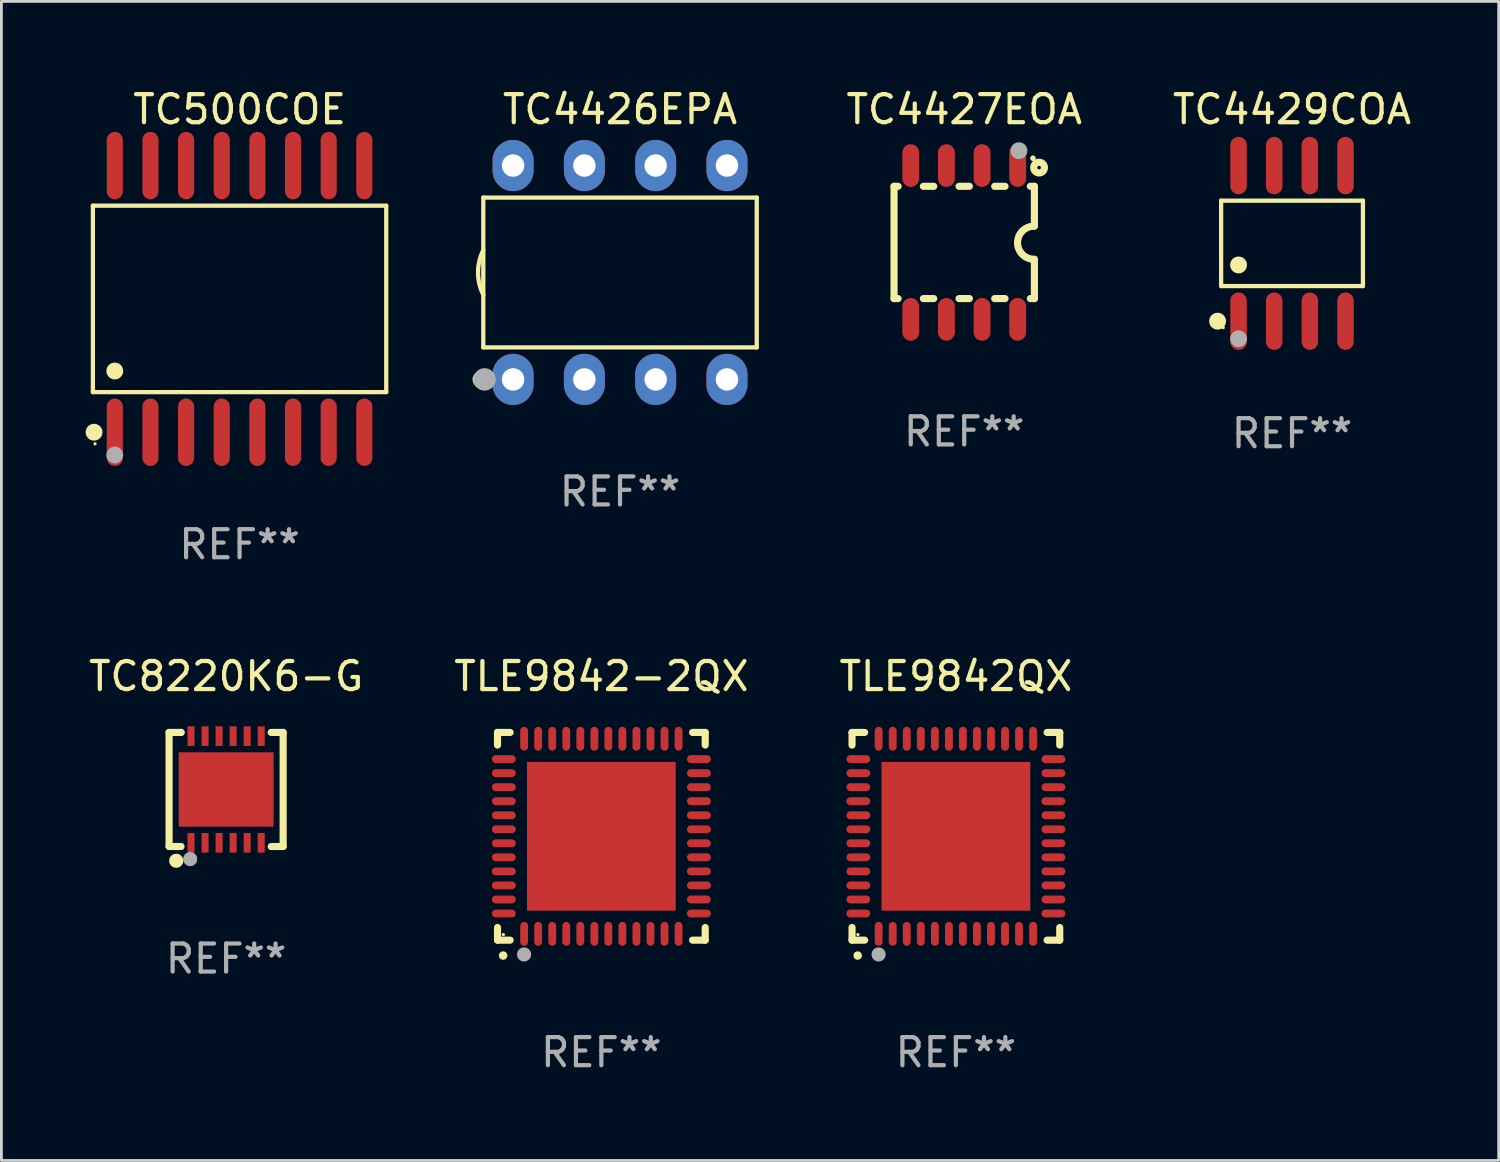
<source format=kicad_pcb>
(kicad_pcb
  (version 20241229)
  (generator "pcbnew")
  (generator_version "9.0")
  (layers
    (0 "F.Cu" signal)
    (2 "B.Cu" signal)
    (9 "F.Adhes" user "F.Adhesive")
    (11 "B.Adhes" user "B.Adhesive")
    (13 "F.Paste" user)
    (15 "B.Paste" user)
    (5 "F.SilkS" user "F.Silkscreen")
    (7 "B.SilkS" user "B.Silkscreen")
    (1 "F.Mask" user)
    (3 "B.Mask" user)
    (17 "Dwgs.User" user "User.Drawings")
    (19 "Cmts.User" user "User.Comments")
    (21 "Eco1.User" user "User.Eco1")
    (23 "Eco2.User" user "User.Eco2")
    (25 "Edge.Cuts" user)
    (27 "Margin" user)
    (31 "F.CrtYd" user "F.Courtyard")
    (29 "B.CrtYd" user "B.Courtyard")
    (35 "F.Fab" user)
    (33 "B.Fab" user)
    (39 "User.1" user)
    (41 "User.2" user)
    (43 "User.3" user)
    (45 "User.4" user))
  (footprint "TC8220K6-G"
    (layer "F.Cu")
    (at 5.006 25.077)
    (property "Reference" "TC8220K6-G" (at 0 -4.032 0) (layer "F.SilkS") (effects (font (size 1 1) (thickness 0.15))))
    (attr through_hole)
    (fp_line (start -2.032 -2.032) (end -2.032 2.032) (stroke (width 0.254) (type solid)) (layer "F.SilkS"))
    (fp_line (start -2.032 2.032) (end -1.606 2.032) (stroke (width 0.254) (type solid)) (layer "F.SilkS"))
    (fp_line (start -1.606 -2.032) (end -2.032 -2.032) (stroke (width 0.254) (type solid)) (layer "F.SilkS"))
    (fp_line (start -1.606 -2.032) (end -1.651 -2.032) (stroke (width 0.254) (type solid)) (layer "F.SilkS"))
    (fp_line (start 1.606 2.032) (end 2.032 2.032) (stroke (width 0.254) (type solid)) (layer "F.SilkS"))
    (fp_line (start 2.032 -2.032) (end 1.606 -2.032) (stroke (width 0.254) (type solid)) (layer "F.SilkS"))
    (fp_line (start 2.032 2.032) (end 2.032 -2.032) (stroke (width 0.254) (type solid)) (layer "F.SilkS"))
    (fp_circle (center -2 2) (end -1.97 2) (stroke (width 0.06) (type solid)) (fill no) (layer "F.SilkS"))
    (fp_circle (center -1.778 2.54) (end -1.651 2.54) (stroke (width 0.254) (type solid)) (fill no) (layer "F.SilkS"))
    (fp_circle (center -1.28 2.48) (end -1.153 2.48) (stroke (width 0.254) (type solid)) (fill no) (layer "F.Fab"))
    (fp_text user "REF**" (at 0 6.032 0) (layer "F.Fab") (effects (font (size 1 1) (thickness 0.15))))
    (pad "1" smd rect (at -1.25 1.9) (size 0.25 0.7) (layers "F.Cu" "F.Mask" "F.Paste"))
    (pad "2" smd rect (at -0.75 1.9) (size 0.25 0.7) (layers "F.Cu" "F.Mask" "F.Paste"))
    (pad "3" smd rect (at -0.25 1.9) (size 0.25 0.7) (layers "F.Cu" "F.Mask" "F.Paste"))
    (pad "4" smd rect (at 0.25 1.9) (size 0.25 0.7) (layers "F.Cu" "F.Mask" "F.Paste"))
    (pad "5" smd rect (at 0.75 1.9) (size 0.25 0.7) (layers "F.Cu" "F.Mask" "F.Paste"))
    (pad "6" smd rect (at 1.25 1.9) (size 0.25 0.7) (layers "F.Cu" "F.Mask" "F.Paste"))
    (pad "7" smd rect (at 1.25 -1.9) (size 0.25 0.7) (layers "F.Cu" "F.Mask" "F.Paste"))
    (pad "8" smd rect (at 0.75 -1.9) (size 0.25 0.7) (layers "F.Cu" "F.Mask" "F.Paste"))
    (pad "9" smd rect (at 0.25 -1.9) (size 0.25 0.7) (layers "F.Cu" "F.Mask" "F.Paste"))
    (pad "10" smd rect (at -0.25 -1.9) (size 0.25 0.7) (layers "F.Cu" "F.Mask" "F.Paste"))
    (pad "11" smd rect (at -0.75 -1.9) (size 0.25 0.7) (layers "F.Cu" "F.Mask" "F.Paste"))
    (pad "12" smd rect (at -1.25 -1.9) (size 0.25 0.7) (layers "F.Cu" "F.Mask" "F.Paste"))
    (pad "13" smd rect (at -0.000051 -0.000025) (size 3.38 2.65) (layers "F.Cu" "F.Mask" "F.Paste")))
  (footprint "TC4426EPA"
    (layer "F.Cu")
    (at 19.04 6.658)
    (property "Reference" "TC4426EPA" (at 0 -5.81 0) (layer "F.SilkS") (effects (font (size 1 1) (thickness 0.15))))
    (attr through_hole)
    (fp_line (start -4.871 -2.669) (end 4.871 -2.669) (stroke (width 0.152) (type solid)) (layer "F.SilkS"))
    (fp_line (start -4.871 2.669) (end -4.871 -2.669) (stroke (width 0.152) (type solid)) (layer "F.SilkS"))
    (fp_line (start 4.871 -2.669) (end 4.871 2.669) (stroke (width 0.152) (type solid)) (layer "F.SilkS"))
    (fp_line (start 4.871 2.669) (end -4.871 2.669) (stroke (width 0.152) (type solid)) (layer "F.SilkS"))
    (fp_arc (start -4.871222 0.793751) (mid -5.058601 0) (end -4.871222 -0.793752) (stroke (width 0.1524) (type solid)) (layer "F.SilkS"))
    (fp_circle (center -4.953 3.81) (end -4.803 3.81) (stroke (width 0.3) (type solid)) (fill no) (layer "F.SilkS"))
    (fp_circle (center -4.795 3.935) (end -4.765 3.935) (stroke (width 0.06) (type solid)) (fill no) (layer "F.SilkS"))
    (fp_circle (center -4.826 3.81) (end -4.626 3.81) (stroke (width 0.4) (type solid)) (fill no) (layer "F.Fab"))
    (fp_text user "REF**" (at 0 7.81 0) (layer "F.Fab") (effects (font (size 1 1) (thickness 0.15))))
    (pad "1" thru_hole oval (at -3.81 3.81) (size 1.46 1.825) (drill 0.8) (layers "*.Cu" "*.Mask"))
    (pad "2" thru_hole oval (at -1.27 3.81) (size 1.46 1.825) (drill 0.8) (layers "*.Cu" "*.Mask"))
    (pad "3" thru_hole oval (at 1.27 3.81) (size 1.46 1.825) (drill 0.8) (layers "*.Cu" "*.Mask"))
    (pad "4" thru_hole oval (at 3.81 3.81) (size 1.46 1.825) (drill 0.8) (layers "*.Cu" "*.Mask"))
    (pad "5" thru_hole oval (at 3.81 -3.81) (size 1.46 1.825) (drill 0.8) (layers "*.Cu" "*.Mask"))
    (pad "6" thru_hole oval (at 1.27 -3.81) (size 1.46 1.825) (drill 0.8) (layers "*.Cu" "*.Mask"))
    (pad "7" thru_hole oval (at -1.27 -3.81) (size 1.46 1.825) (drill 0.8) (layers "*.Cu" "*.Mask"))
    (pad "8" thru_hole oval (at -3.81 -3.81) (size 1.46 1.825) (drill 0.8) (layers "*.Cu" "*.Mask")))
  (footprint "TC4427EOA"
    (layer "F.Cu")
    (at 31.303 5.588)
    (property "Reference" "TC4427EOA" (at 0 -4.74 0) (layer "F.SilkS") (effects (font (size 1 1) (thickness 0.15))))
    (attr through_hole)
    (fp_line (start -2.5 2) (end -2.5 -2) (stroke (width 0.254) (type solid)) (layer "F.SilkS"))
    (fp_line (start -2.356 -2) (end -2.5 -2) (stroke (width 0.254) (type solid)) (layer "F.SilkS"))
    (fp_line (start -2.356 2) (end -2.5 2) (stroke (width 0.254) (type solid)) (layer "F.SilkS"))
    (fp_line (start -1.086 -2) (end -1.454 -2) (stroke (width 0.254) (type solid)) (layer "F.SilkS"))
    (fp_line (start -1.086 2) (end -1.454 2) (stroke (width 0.254) (type solid)) (layer "F.SilkS"))
    (fp_line (start 0.184 -2) (end -0.184 -2) (stroke (width 0.254) (type solid)) (layer "F.SilkS"))
    (fp_line (start 0.184 2) (end -0.184 2) (stroke (width 0.254) (type solid)) (layer "F.SilkS"))
    (fp_line (start 1.454 -2) (end 1.086 -2) (stroke (width 0.254) (type solid)) (layer "F.SilkS"))
    (fp_line (start 1.454 2) (end 1.086 2) (stroke (width 0.254) (type solid)) (layer "F.SilkS"))
    (fp_line (start 2.5 -2) (end 2.356 -2) (stroke (width 0.254) (type solid)) (layer "F.SilkS"))
    (fp_line (start 2.5 -0.58) (end 2.5 -2) (stroke (width 0.254) (type solid)) (layer "F.SilkS"))
    (fp_line (start 2.5 2) (end 2.356 2) (stroke (width 0.254) (type solid)) (layer "F.SilkS"))
    (fp_line (start 2.5 2) (end 2.5 0.6) (stroke (width 0.254) (type solid)) (layer "F.SilkS"))
    (fp_arc (start 2.489992 0.600051) (mid 1.901674 0.010046) (end 2.489992 -0.579959) (stroke (width 0.254001) (type solid)) (layer "F.SilkS"))
    (fp_circle (center 2.45 -3) (end 2.5 -3) (stroke (width 0.1) (type solid)) (fill no) (layer "F.SilkS"))
    (fp_circle (center 2.667 -2.667) (end 2.858 -2.667) (stroke (width 0.254) (type solid)) (fill no) (layer "F.SilkS"))
    (fp_circle (center 1.95 -3.27) (end 2.1 -3.27) (stroke (width 0.3) (type solid)) (fill no) (layer "F.Fab"))
    (fp_text user "REF**" (at 0 6.74 0) (layer "F.Fab") (effects (font (size 1 1) (thickness 0.15))))
    (pad "1" smd oval (at 1.905 -2.74) (size 0.6 1.52) (layers "F.Cu" "F.Mask" "F.Paste"))
    (pad "2" smd oval (at 0.635 -2.74) (size 0.6 1.52) (layers "F.Cu" "F.Mask" "F.Paste"))
    (pad "3" smd oval (at -0.635 -2.74) (size 0.6 1.52) (layers "F.Cu" "F.Mask" "F.Paste"))
    (pad "4" smd oval (at -1.905 -2.74) (size 0.6 1.52) (layers "F.Cu" "F.Mask" "F.Paste"))
    (pad "5" smd oval (at -1.905 2.74) (size 0.6 1.52) (layers "F.Cu" "F.Mask" "F.Paste"))
    (pad "6" smd oval (at -0.635 2.74) (size 0.6 1.52) (layers "F.Cu" "F.Mask" "F.Paste"))
    (pad "7" smd oval (at 0.635 2.74) (size 0.6 1.52) (layers "F.Cu" "F.Mask" "F.Paste"))
    (pad "8" smd oval (at 1.905 2.74) (size 0.6 1.52) (layers "F.Cu" "F.Mask" "F.Paste")))
  (footprint "TC4429COA"
    (layer "F.Cu")
    (at 42.982 5.621)
    (property "Reference" "TC4429COA" (at 0 -4.772 0) (layer "F.SilkS") (effects (font (size 1 1) (thickness 0.15))))
    (attr through_hole)
    (fp_line (start -2.526 -1.521) (end 2.526 -1.521) (stroke (width 0.152) (type solid)) (layer "F.SilkS"))
    (fp_line (start -2.526 1.521) (end -2.526 -1.521) (stroke (width 0.152) (type solid)) (layer "F.SilkS"))
    (fp_line (start 2.526 -1.521) (end 2.526 1.521) (stroke (width 0.152) (type solid)) (layer "F.SilkS"))
    (fp_line (start 2.526 1.521) (end -2.526 1.521) (stroke (width 0.152) (type solid)) (layer "F.SilkS"))
    (fp_circle (center -2.652 2.772) (end -2.501 2.772) (stroke (width 0.3) (type solid)) (fill no) (layer "F.SilkS"))
    (fp_circle (center -2.45 3) (end -2.42 3) (stroke (width 0.06) (type solid)) (fill no) (layer "F.SilkS"))
    (fp_circle (center -1.905 0.769) (end -1.755 0.769) (stroke (width 0.3) (type solid)) (fill no) (layer "F.SilkS"))
    (fp_circle (center -1.905 3.4) (end -1.755 3.4) (stroke (width 0.3) (type solid)) (fill no) (layer "F.Fab"))
    (fp_text user "REF**" (at 0 6.772 0) (layer "F.Fab") (effects (font (size 1 1) (thickness 0.15))))
    (pad "1" smd oval (at -1.905 2.772) (size 0.588 2.045) (layers "F.Cu" "F.Mask" "F.Paste"))
    (pad "2" smd oval (at -0.635 2.772) (size 0.588 2.045) (layers "F.Cu" "F.Mask" "F.Paste"))
    (pad "3" smd oval (at 0.635 2.772) (size 0.588 2.045) (layers "F.Cu" "F.Mask" "F.Paste"))
    (pad "4" smd oval (at 1.905 2.772) (size 0.588 2.045) (layers "F.Cu" "F.Mask" "F.Paste"))
    (pad "5" smd oval (at 1.905 -2.772) (size 0.588 2.045) (layers "F.Cu" "F.Mask" "F.Paste"))
    (pad "6" smd oval (at 0.635 -2.772) (size 0.588 2.045) (layers "F.Cu" "F.Mask" "F.Paste"))
    (pad "7" smd oval (at -0.635 -2.772) (size 0.588 2.045) (layers "F.Cu" "F.Mask" "F.Paste"))
    (pad "8" smd oval (at -1.905 -2.772) (size 0.588 2.045) (layers "F.Cu" "F.Mask" "F.Paste")))
  (footprint "TC500COE"
    (layer "F.Cu")
    (at 5.485 7.599)
    (property "Reference" "TC500COE" (at 0 -6.75 0) (layer "F.SilkS") (effects (font (size 1 1) (thickness 0.15))))
    (attr through_hole)
    (fp_line (start -5.226 -3.321) (end 5.226 -3.321) (stroke (width 0.152) (type solid)) (layer "F.SilkS"))
    (fp_line (start -5.226 3.321) (end -5.226 -3.321) (stroke (width 0.152) (type solid)) (layer "F.SilkS"))
    (fp_line (start 5.226 -3.321) (end 5.226 3.321) (stroke (width 0.152) (type solid)) (layer "F.SilkS"))
    (fp_line (start 5.226 3.321) (end -5.226 3.321) (stroke (width 0.152) (type solid)) (layer "F.SilkS"))
    (fp_circle (center -5.184 4.75) (end -5.034 4.75) (stroke (width 0.3) (type solid)) (fill no) (layer "F.SilkS"))
    (fp_circle (center -5.15 5.163) (end -5.12 5.163) (stroke (width 0.06) (type solid)) (fill no) (layer "F.SilkS"))
    (fp_circle (center -4.445 2.569) (end -4.295 2.569) (stroke (width 0.3) (type solid)) (fill no) (layer "F.SilkS"))
    (fp_circle (center -4.445 5.563) (end -4.295 5.563) (stroke (width 0.3) (type solid)) (fill no) (layer "F.Fab"))
    (fp_text user "REF**" (at 0 8.75 0) (layer "F.Fab") (effects (font (size 1 1) (thickness 0.15))))
    (pad "1" smd oval (at -4.445 4.75) (size 0.574 2.401) (layers "F.Cu" "F.Mask" "F.Paste"))
    (pad "2" smd oval (at -3.175 4.75) (size 0.574 2.401) (layers "F.Cu" "F.Mask" "F.Paste"))
    (pad "3" smd oval (at -1.905 4.75) (size 0.574 2.401) (layers "F.Cu" "F.Mask" "F.Paste"))
    (pad "4" smd oval (at -0.635 4.75) (size 0.574 2.401) (layers "F.Cu" "F.Mask" "F.Paste"))
    (pad "5" smd oval (at 0.635 4.75) (size 0.574 2.401) (layers "F.Cu" "F.Mask" "F.Paste"))
    (pad "6" smd oval (at 1.905 4.75) (size 0.574 2.401) (layers "F.Cu" "F.Mask" "F.Paste"))
    (pad "7" smd oval (at 3.175 4.75) (size 0.574 2.401) (layers "F.Cu" "F.Mask" "F.Paste"))
    (pad "8" smd oval (at 4.445 4.75) (size 0.574 2.401) (layers "F.Cu" "F.Mask" "F.Paste"))
    (pad "9" smd oval (at 4.445 -4.75) (size 0.574 2.401) (layers "F.Cu" "F.Mask" "F.Paste"))
    (pad "10" smd oval (at 3.175 -4.75) (size 0.574 2.401) (layers "F.Cu" "F.Mask" "F.Paste"))
    (pad "11" smd oval (at 1.905 -4.75) (size 0.574 2.401) (layers "F.Cu" "F.Mask" "F.Paste"))
    (pad "12" smd oval (at 0.635 -4.75) (size 0.574 2.401) (layers "F.Cu" "F.Mask" "F.Paste"))
    (pad "13" smd oval (at -0.635 -4.75) (size 0.574 2.401) (layers "F.Cu" "F.Mask" "F.Paste"))
    (pad "14" smd oval (at -1.905 -4.75) (size 0.574 2.401) (layers "F.Cu" "F.Mask" "F.Paste"))
    (pad "15" smd oval (at -3.175 -4.75) (size 0.574 2.401) (layers "F.Cu" "F.Mask" "F.Paste"))
    (pad "16" smd oval (at -4.445 -4.75) (size 0.574 2.401) (layers "F.Cu" "F.Mask" "F.Paste")))
  (footprint "TLE9842-2QX"
    (layer "F.Cu")
    (at 18.375 26.745)
    (property "Reference" "TLE9842-2QX" (at 0 -5.7 0) (layer "F.SilkS") (effects (font (size 1 1) (thickness 0.15))))
    (attr through_hole)
    (fp_line (start -3.7 -3.7) (end -3.25 -3.7) (stroke (width 0.254) (type solid)) (layer "F.SilkS"))
    (fp_line (start -3.7 -3.25) (end -3.7 -3.7) (stroke (width 0.254) (type solid)) (layer "F.SilkS"))
    (fp_line (start -3.7 3.7) (end -3.7 3.25) (stroke (width 0.254) (type solid)) (layer "F.SilkS"))
    (fp_line (start -3.25 3.7) (end -3.7 3.7) (stroke (width 0.254) (type solid)) (layer "F.SilkS"))
    (fp_line (start 3.25 3.7) (end 3.7 3.7) (stroke (width 0.254) (type solid)) (layer "F.SilkS"))
    (fp_line (start 3.7 -3.7) (end 3.25 -3.7) (stroke (width 0.254) (type solid)) (layer "F.SilkS"))
    (fp_line (start 3.7 -3.25) (end 3.7 -3.7) (stroke (width 0.254) (type solid)) (layer "F.SilkS"))
    (fp_line (start 3.7 3.7) (end 3.7 3.25) (stroke (width 0.254) (type solid)) (layer "F.SilkS"))
    (fp_arc (start -3.500127 4.249428) (mid -3.498857 4.249423) (end -3.497587 4.249428) (stroke (width 0.3) (type solid)) (layer "F.SilkS"))
    (fp_circle (center -3.491 3.501) (end -3.461 3.501) (stroke (width 0.06) (type solid)) (fill no) (layer "F.SilkS"))
    (fp_circle (center -2.754 4.21) (end -2.627 4.21) (stroke (width 0.254) (type solid)) (fill no) (layer "F.Fab"))
    (fp_text user "REF**" (at 0 7.7 0) (layer "F.Fab") (effects (font (size 1 1) (thickness 0.15))))
    (pad "1" smd oval (at -2.751 3.475) (size 0.28 0.85) (layers "F.Cu" "F.Mask" "F.Paste"))
    (pad "2" smd oval (at -2.251 3.475) (size 0.28 0.85) (layers "F.Cu" "F.Mask" "F.Paste"))
    (pad "3" smd oval (at -1.75 3.475) (size 0.28 0.85) (layers "F.Cu" "F.Mask" "F.Paste"))
    (pad "4" smd oval (at -1.25 3.475) (size 0.28 0.85) (layers "F.Cu" "F.Mask" "F.Paste"))
    (pad "5" smd oval (at -0.749 3.475) (size 0.28 0.85) (layers "F.Cu" "F.Mask" "F.Paste"))
    (pad "6" smd oval (at -0.249 3.475) (size 0.28 0.85) (layers "F.Cu" "F.Mask" "F.Paste"))
    (pad "7" smd oval (at 0.249 3.475) (size 0.28 0.85) (layers "F.Cu" "F.Mask" "F.Paste"))
    (pad "8" smd oval (at 0.749 3.475) (size 0.28 0.85) (layers "F.Cu" "F.Mask" "F.Paste"))
    (pad "9" smd oval (at 1.25 3.475) (size 0.28 0.85) (layers "F.Cu" "F.Mask" "F.Paste"))
    (pad "10" smd oval (at 1.75 3.475) (size 0.28 0.85) (layers "F.Cu" "F.Mask" "F.Paste"))
    (pad "11" smd oval (at 2.25 3.475) (size 0.28 0.85) (layers "F.Cu" "F.Mask" "F.Paste"))
    (pad "12" smd oval (at 2.751 3.475) (size 0.28 0.85) (layers "F.Cu" "F.Mask" "F.Paste"))
    (pad "13" smd oval (at 3.475 2.751) (size 0.85 0.28) (layers "F.Cu" "F.Mask" "F.Paste"))
    (pad "14" smd oval (at 3.475 2.251) (size 0.85 0.28) (layers "F.Cu" "F.Mask" "F.Paste"))
    (pad "15" smd oval (at 3.475 1.75) (size 0.85 0.28) (layers "F.Cu" "F.Mask" "F.Paste"))
    (pad "16" smd oval (at 3.475 1.25) (size 0.85 0.28) (layers "F.Cu" "F.Mask" "F.Paste"))
    (pad "17" smd oval (at 3.475 0.749) (size 0.85 0.28) (layers "F.Cu" "F.Mask" "F.Paste"))
    (pad "18" smd oval (at 3.475 0.249) (size 0.85 0.28) (layers "F.Cu" "F.Mask" "F.Paste"))
    (pad "19" smd oval (at 3.475 -0.249) (size 0.85 0.28) (layers "F.Cu" "F.Mask" "F.Paste"))
    (pad "20" smd oval (at 3.475 -0.749) (size 0.85 0.28) (layers "F.Cu" "F.Mask" "F.Paste"))
    (pad "21" smd oval (at 3.475 -1.25) (size 0.85 0.28) (layers "F.Cu" "F.Mask" "F.Paste"))
    (pad "22" smd oval (at 3.475 -1.75) (size 0.85 0.28) (layers "F.Cu" "F.Mask" "F.Paste"))
    (pad "23" smd oval (at 3.475 -2.25) (size 0.85 0.28) (layers "F.Cu" "F.Mask" "F.Paste"))
    (pad "24" smd oval (at 3.475 -2.751) (size 0.85 0.28) (layers "F.Cu" "F.Mask" "F.Paste"))
    (pad "25" smd oval (at 2.751 -3.475) (size 0.28 0.85) (layers "F.Cu" "F.Mask" "F.Paste"))
    (pad "26" smd oval (at 2.25 -3.475) (size 0.28 0.85) (layers "F.Cu" "F.Mask" "F.Paste"))
    (pad "27" smd oval (at 1.75 -3.475) (size 0.28 0.85) (layers "F.Cu" "F.Mask" "F.Paste"))
    (pad "28" smd oval (at 1.25 -3.475) (size 0.28 0.85) (layers "F.Cu" "F.Mask" "F.Paste"))
    (pad "29" smd oval (at 0.749 -3.475) (size 0.28 0.85) (layers "F.Cu" "F.Mask" "F.Paste"))
    (pad "30" smd oval (at 0.249 -3.475) (size 0.28 0.85) (layers "F.Cu" "F.Mask" "F.Paste"))
    (pad "31" smd oval (at -0.249 -3.475) (size 0.28 0.85) (layers "F.Cu" "F.Mask" "F.Paste"))
    (pad "32" smd oval (at -0.749 -3.475) (size 0.28 0.85) (layers "F.Cu" "F.Mask" "F.Paste"))
    (pad "33" smd oval (at -1.25 -3.475) (size 0.28 0.85) (layers "F.Cu" "F.Mask" "F.Paste"))
    (pad "34" smd oval (at -1.75 -3.475) (size 0.28 0.85) (layers "F.Cu" "F.Mask" "F.Paste"))
    (pad "35" smd oval (at -2.251 -3.475) (size 0.28 0.85) (layers "F.Cu" "F.Mask" "F.Paste"))
    (pad "36" smd oval (at -2.751 -3.475) (size 0.28 0.85) (layers "F.Cu" "F.Mask" "F.Paste"))
    (pad "37" smd oval (at -3.475 -2.751) (size 0.85 0.28) (layers "F.Cu" "F.Mask" "F.Paste"))
    (pad "38" smd oval (at -3.475 -2.25) (size 0.85 0.28) (layers "F.Cu" "F.Mask" "F.Paste"))
    (pad "39" smd oval (at -3.475 -1.75) (size 0.85 0.28) (layers "F.Cu" "F.Mask" "F.Paste"))
    (pad "40" smd oval (at -3.475 -1.25) (size 0.85 0.28) (layers "F.Cu" "F.Mask" "F.Paste"))
    (pad "41" smd oval (at -3.475 -0.749) (size 0.85 0.28) (layers "F.Cu" "F.Mask" "F.Paste"))
    (pad "42" smd oval (at -3.475 -0.249) (size 0.85 0.28) (layers "F.Cu" "F.Mask" "F.Paste"))
    (pad "43" smd oval (at -3.475 0.249) (size 0.85 0.28) (layers "F.Cu" "F.Mask" "F.Paste"))
    (pad "44" smd oval (at -3.475 0.749) (size 0.85 0.28) (layers "F.Cu" "F.Mask" "F.Paste"))
    (pad "45" smd oval (at -3.475 1.25) (size 0.85 0.28) (layers "F.Cu" "F.Mask" "F.Paste"))
    (pad "46" smd oval (at -3.475 1.75) (size 0.85 0.28) (layers "F.Cu" "F.Mask" "F.Paste"))
    (pad "47" smd oval (at -3.475 2.251) (size 0.85 0.28) (layers "F.Cu" "F.Mask" "F.Paste"))
    (pad "48" smd oval (at -3.475 2.751) (size 0.85 0.28) (layers "F.Cu" "F.Mask" "F.Paste"))
    (pad "49" smd rect (at -0.000102 0.000102) (size 5.3 5.3) (layers "F.Cu" "F.Mask" "F.Paste")))
  (footprint "TLE9842QX"
    (layer "F.Cu")
    (at 31.006 26.745)
    (property "Reference" "TLE9842QX" (at 0 -5.7 0) (layer "F.SilkS") (effects (font (size 1 1) (thickness 0.15))))
    (attr through_hole)
    (fp_line (start -3.7 -3.7) (end -3.25 -3.7) (stroke (width 0.254) (type solid)) (layer "F.SilkS"))
    (fp_line (start -3.7 -3.25) (end -3.7 -3.7) (stroke (width 0.254) (type solid)) (layer "F.SilkS"))
    (fp_line (start -3.7 3.7) (end -3.7 3.25) (stroke (width 0.254) (type solid)) (layer "F.SilkS"))
    (fp_line (start -3.25 3.7) (end -3.7 3.7) (stroke (width 0.254) (type solid)) (layer "F.SilkS"))
    (fp_line (start 3.25 3.7) (end 3.7 3.7) (stroke (width 0.254) (type solid)) (layer "F.SilkS"))
    (fp_line (start 3.7 -3.7) (end 3.25 -3.7) (stroke (width 0.254) (type solid)) (layer "F.SilkS"))
    (fp_line (start 3.7 -3.25) (end 3.7 -3.7) (stroke (width 0.254) (type solid)) (layer "F.SilkS"))
    (fp_line (start 3.7 3.7) (end 3.7 3.25) (stroke (width 0.254) (type solid)) (layer "F.SilkS"))
    (fp_arc (start -3.500127 4.249428) (mid -3.498857 4.249423) (end -3.497587 4.249428) (stroke (width 0.3) (type solid)) (layer "F.SilkS"))
    (fp_circle (center -3.491 3.501) (end -3.461 3.501) (stroke (width 0.06) (type solid)) (fill no) (layer "F.SilkS"))
    (fp_circle (center -2.754 4.21) (end -2.627 4.21) (stroke (width 0.254) (type solid)) (fill no) (layer "F.Fab"))
    (fp_text user "REF**" (at 0 7.7 0) (layer "F.Fab") (effects (font (size 1 1) (thickness 0.15))))
    (pad "1" smd oval (at -2.751 3.475) (size 0.28 0.85) (layers "F.Cu" "F.Mask" "F.Paste"))
    (pad "2" smd oval (at -2.251 3.475) (size 0.28 0.85) (layers "F.Cu" "F.Mask" "F.Paste"))
    (pad "3" smd oval (at -1.75 3.475) (size 0.28 0.85) (layers "F.Cu" "F.Mask" "F.Paste"))
    (pad "4" smd oval (at -1.25 3.475) (size 0.28 0.85) (layers "F.Cu" "F.Mask" "F.Paste"))
    (pad "5" smd oval (at -0.749 3.475) (size 0.28 0.85) (layers "F.Cu" "F.Mask" "F.Paste"))
    (pad "6" smd oval (at -0.249 3.475) (size 0.28 0.85) (layers "F.Cu" "F.Mask" "F.Paste"))
    (pad "7" smd oval (at 0.249 3.475) (size 0.28 0.85) (layers "F.Cu" "F.Mask" "F.Paste"))
    (pad "8" smd oval (at 0.749 3.475) (size 0.28 0.85) (layers "F.Cu" "F.Mask" "F.Paste"))
    (pad "9" smd oval (at 1.25 3.475) (size 0.28 0.85) (layers "F.Cu" "F.Mask" "F.Paste"))
    (pad "10" smd oval (at 1.75 3.475) (size 0.28 0.85) (layers "F.Cu" "F.Mask" "F.Paste"))
    (pad "11" smd oval (at 2.25 3.475) (size 0.28 0.85) (layers "F.Cu" "F.Mask" "F.Paste"))
    (pad "12" smd oval (at 2.751 3.475) (size 0.28 0.85) (layers "F.Cu" "F.Mask" "F.Paste"))
    (pad "13" smd oval (at 3.475 2.751) (size 0.85 0.28) (layers "F.Cu" "F.Mask" "F.Paste"))
    (pad "14" smd oval (at 3.475 2.251) (size 0.85 0.28) (layers "F.Cu" "F.Mask" "F.Paste"))
    (pad "15" smd oval (at 3.475 1.75) (size 0.85 0.28) (layers "F.Cu" "F.Mask" "F.Paste"))
    (pad "16" smd oval (at 3.475 1.25) (size 0.85 0.28) (layers "F.Cu" "F.Mask" "F.Paste"))
    (pad "17" smd oval (at 3.475 0.749) (size 0.85 0.28) (layers "F.Cu" "F.Mask" "F.Paste"))
    (pad "18" smd oval (at 3.475 0.249) (size 0.85 0.28) (layers "F.Cu" "F.Mask" "F.Paste"))
    (pad "19" smd oval (at 3.475 -0.249) (size 0.85 0.28) (layers "F.Cu" "F.Mask" "F.Paste"))
    (pad "20" smd oval (at 3.475 -0.749) (size 0.85 0.28) (layers "F.Cu" "F.Mask" "F.Paste"))
    (pad "21" smd oval (at 3.475 -1.25) (size 0.85 0.28) (layers "F.Cu" "F.Mask" "F.Paste"))
    (pad "22" smd oval (at 3.475 -1.75) (size 0.85 0.28) (layers "F.Cu" "F.Mask" "F.Paste"))
    (pad "23" smd oval (at 3.475 -2.25) (size 0.85 0.28) (layers "F.Cu" "F.Mask" "F.Paste"))
    (pad "24" smd oval (at 3.475 -2.751) (size 0.85 0.28) (layers "F.Cu" "F.Mask" "F.Paste"))
    (pad "25" smd oval (at 2.751 -3.475) (size 0.28 0.85) (layers "F.Cu" "F.Mask" "F.Paste"))
    (pad "26" smd oval (at 2.25 -3.475) (size 0.28 0.85) (layers "F.Cu" "F.Mask" "F.Paste"))
    (pad "27" smd oval (at 1.75 -3.475) (size 0.28 0.85) (layers "F.Cu" "F.Mask" "F.Paste"))
    (pad "28" smd oval (at 1.25 -3.475) (size 0.28 0.85) (layers "F.Cu" "F.Mask" "F.Paste"))
    (pad "29" smd oval (at 0.749 -3.475) (size 0.28 0.85) (layers "F.Cu" "F.Mask" "F.Paste"))
    (pad "30" smd oval (at 0.249 -3.475) (size 0.28 0.85) (layers "F.Cu" "F.Mask" "F.Paste"))
    (pad "31" smd oval (at -0.249 -3.475) (size 0.28 0.85) (layers "F.Cu" "F.Mask" "F.Paste"))
    (pad "32" smd oval (at -0.749 -3.475) (size 0.28 0.85) (layers "F.Cu" "F.Mask" "F.Paste"))
    (pad "33" smd oval (at -1.25 -3.475) (size 0.28 0.85) (layers "F.Cu" "F.Mask" "F.Paste"))
    (pad "34" smd oval (at -1.75 -3.475) (size 0.28 0.85) (layers "F.Cu" "F.Mask" "F.Paste"))
    (pad "35" smd oval (at -2.251 -3.475) (size 0.28 0.85) (layers "F.Cu" "F.Mask" "F.Paste"))
    (pad "36" smd oval (at -2.751 -3.475) (size 0.28 0.85) (layers "F.Cu" "F.Mask" "F.Paste"))
    (pad "37" smd oval (at -3.475 -2.751) (size 0.85 0.28) (layers "F.Cu" "F.Mask" "F.Paste"))
    (pad "38" smd oval (at -3.475 -2.25) (size 0.85 0.28) (layers "F.Cu" "F.Mask" "F.Paste"))
    (pad "39" smd oval (at -3.475 -1.75) (size 0.85 0.28) (layers "F.Cu" "F.Mask" "F.Paste"))
    (pad "40" smd oval (at -3.475 -1.25) (size 0.85 0.28) (layers "F.Cu" "F.Mask" "F.Paste"))
    (pad "41" smd oval (at -3.475 -0.749) (size 0.85 0.28) (layers "F.Cu" "F.Mask" "F.Paste"))
    (pad "42" smd oval (at -3.475 -0.249) (size 0.85 0.28) (layers "F.Cu" "F.Mask" "F.Paste"))
    (pad "43" smd oval (at -3.475 0.249) (size 0.85 0.28) (layers "F.Cu" "F.Mask" "F.Paste"))
    (pad "44" smd oval (at -3.475 0.749) (size 0.85 0.28) (layers "F.Cu" "F.Mask" "F.Paste"))
    (pad "45" smd oval (at -3.475 1.25) (size 0.85 0.28) (layers "F.Cu" "F.Mask" "F.Paste"))
    (pad "46" smd oval (at -3.475 1.75) (size 0.85 0.28) (layers "F.Cu" "F.Mask" "F.Paste"))
    (pad "47" smd oval (at -3.475 2.251) (size 0.85 0.28) (layers "F.Cu" "F.Mask" "F.Paste"))
    (pad "48" smd oval (at -3.475 2.751) (size 0.85 0.28) (layers "F.Cu" "F.Mask" "F.Paste"))
    (pad "49" smd rect (at -0.000102 0.000102) (size 5.3 5.3) (layers "F.Cu" "F.Mask" "F.Paste")))
  (gr_rect
    (start -3 -3)
    (end 50.345 38.294)
    (stroke (width 0.1) (type default))
    (fill no)
    (layer "Edge.Cuts")))
</source>
